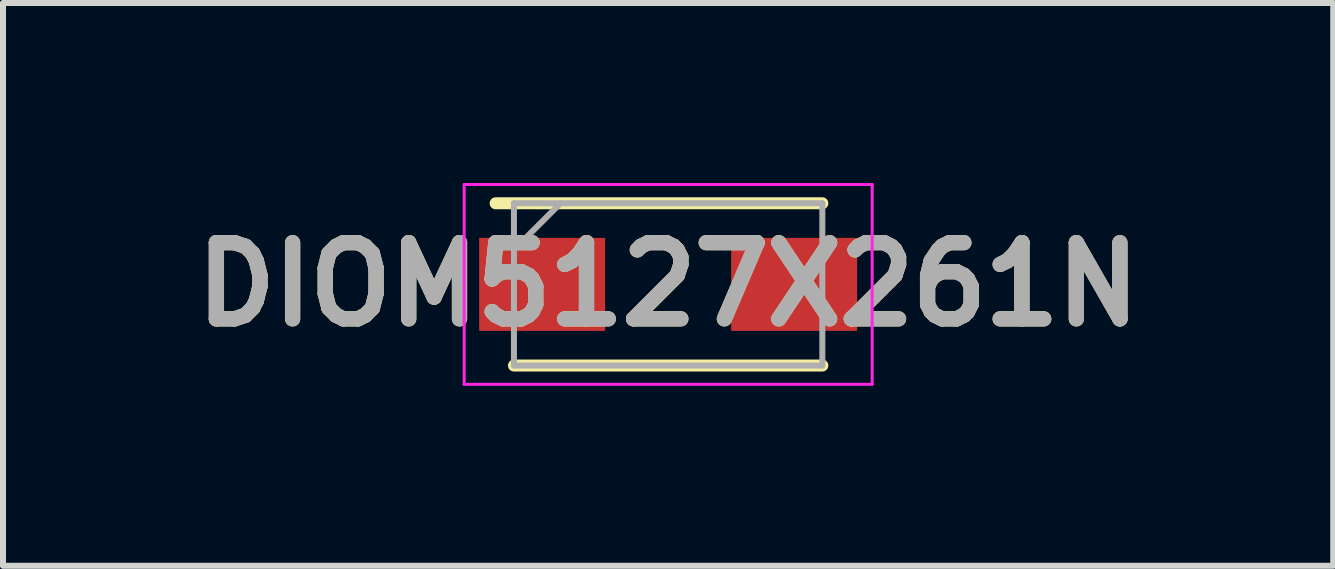
<source format=kicad_pcb>
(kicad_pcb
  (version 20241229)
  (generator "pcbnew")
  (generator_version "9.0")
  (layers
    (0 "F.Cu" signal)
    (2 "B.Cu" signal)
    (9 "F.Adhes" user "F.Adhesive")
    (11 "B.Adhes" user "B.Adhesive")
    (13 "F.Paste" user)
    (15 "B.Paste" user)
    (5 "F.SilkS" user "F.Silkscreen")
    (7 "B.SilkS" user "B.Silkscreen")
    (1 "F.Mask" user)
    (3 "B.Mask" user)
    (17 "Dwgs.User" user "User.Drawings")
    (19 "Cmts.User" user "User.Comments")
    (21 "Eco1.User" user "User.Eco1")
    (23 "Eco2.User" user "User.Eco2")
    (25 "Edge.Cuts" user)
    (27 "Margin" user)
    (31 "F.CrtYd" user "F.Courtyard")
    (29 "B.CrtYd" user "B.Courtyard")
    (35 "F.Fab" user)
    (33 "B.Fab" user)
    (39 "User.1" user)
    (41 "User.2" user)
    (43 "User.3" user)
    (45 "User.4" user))
  (footprint "DIOM5127X261N"
    (layer "F.Cu")
    (at 8.086 1.69)
    (property "Reference" "DIOM5127X261N" (at 0 0 0) (layer "F.SilkS") (effects (font (size 1.27 1.27) (thickness 0.254))))
    (attr smd)
    (fp_line (start -2.57 1.352) (end 2.57 1.352) (stroke (width 0.2) (type solid)) (layer "F.SilkS"))
    (fp_line (start 2.57 -1.352) (end -2.875 -1.352) (stroke (width 0.2) (type solid)) (layer "F.SilkS"))
    (fp_line (start -3.4 -1.665) (end 3.4 -1.665) (stroke (width 0.05) (type solid)) (layer "F.CrtYd"))
    (fp_line (start -3.4 1.665) (end -3.4 -1.665) (stroke (width 0.05) (type solid)) (layer "F.CrtYd"))
    (fp_line (start 3.4 -1.665) (end 3.4 1.665) (stroke (width 0.05) (type solid)) (layer "F.CrtYd"))
    (fp_line (start 3.4 1.665) (end -3.4 1.665) (stroke (width 0.05) (type solid)) (layer "F.CrtYd"))
    (fp_line (start -2.57 -1.352) (end 2.57 -1.352) (stroke (width 0.1) (type solid)) (layer "F.Fab"))
    (fp_line (start -2.57 -0.578) (end -1.795 -1.352) (stroke (width 0.1) (type solid)) (layer "F.Fab"))
    (fp_line (start -2.57 1.352) (end -2.57 -1.352) (stroke (width 0.1) (type solid)) (layer "F.Fab"))
    (fp_line (start 2.57 -1.352) (end 2.57 1.352) (stroke (width 0.1) (type solid)) (layer "F.Fab"))
    (fp_line (start 2.57 1.352) (end -2.57 1.352) (stroke (width 0.1) (type solid)) (layer "F.Fab"))
    (fp_text user "${REFERENCE}" (at 0 0 0) (layer "F.Fab") (effects (font (size 1.27 1.27) (thickness 0.254))))
    (pad "1" smd rect (at -2.1 0 90) (size 1.55 2.1) (layers "F.Cu" "F.Mask" "F.Paste"))
    (pad "2" smd rect (at 2.1 0 90) (size 1.55 2.1) (layers "F.Cu" "F.Mask" "F.Paste")))
  (gr_rect
    (start -3 -3)
    (end 19.171 6.38)
    (stroke (width 0.1) (type default))
    (fill no)
    (layer "Edge.Cuts")))
</source>
